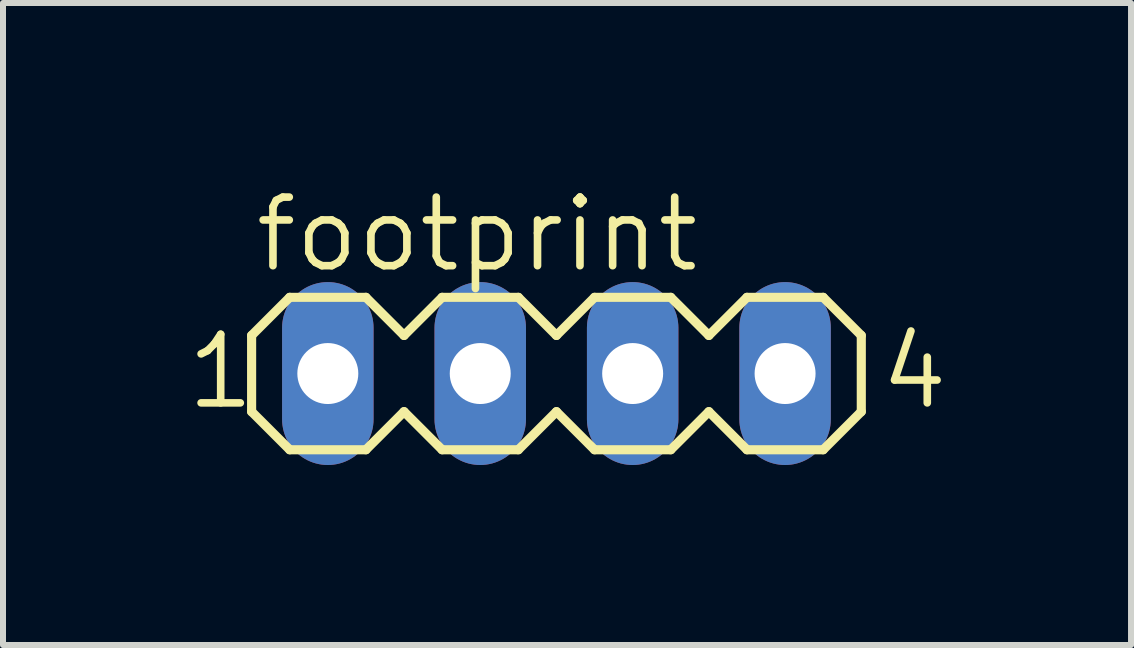
<source format=kicad_pcb>
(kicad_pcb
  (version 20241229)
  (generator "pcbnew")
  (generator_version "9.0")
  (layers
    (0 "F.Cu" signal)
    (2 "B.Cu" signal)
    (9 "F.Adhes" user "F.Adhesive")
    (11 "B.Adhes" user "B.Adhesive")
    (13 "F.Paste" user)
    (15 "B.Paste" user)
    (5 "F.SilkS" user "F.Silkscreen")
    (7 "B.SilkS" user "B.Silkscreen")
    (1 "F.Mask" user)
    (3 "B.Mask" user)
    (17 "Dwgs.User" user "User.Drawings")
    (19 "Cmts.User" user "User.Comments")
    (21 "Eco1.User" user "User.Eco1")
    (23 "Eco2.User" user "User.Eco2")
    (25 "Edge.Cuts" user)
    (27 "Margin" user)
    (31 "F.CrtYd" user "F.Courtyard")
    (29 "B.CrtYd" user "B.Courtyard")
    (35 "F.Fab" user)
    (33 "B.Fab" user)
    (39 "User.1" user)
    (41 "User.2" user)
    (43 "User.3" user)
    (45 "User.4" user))
  (footprint "footprint"
    (layer "F.Cu")
    (at 6.223 3.175)
    (property "Reference" "footprint" (at -5.08 -1.651 0) (layer "F.SilkS") (effects (font (size 1.143 1.143) (thickness 0.127)) (justify left bottom)))
    (fp_line (start -5.08 -0.635) (end -5.08 0.635) (stroke (width 0.152) (type solid)) (layer "F.SilkS"))
    (fp_line (start -5.08 0.635) (end -4.445 1.27) (stroke (width 0.152) (type solid)) (layer "F.SilkS"))
    (fp_line (start -4.445 -1.27) (end -5.08 -0.635) (stroke (width 0.152) (type solid)) (layer "F.SilkS"))
    (fp_line (start -4.445 -1.27) (end -3.175 -1.27) (stroke (width 0.152) (type solid)) (layer "F.SilkS"))
    (fp_line (start -3.175 -1.27) (end -2.54 -0.635) (stroke (width 0.152) (type solid)) (layer "F.SilkS"))
    (fp_line (start -3.175 1.27) (end -4.445 1.27) (stroke (width 0.152) (type solid)) (layer "F.SilkS"))
    (fp_line (start -2.54 -0.635) (end -1.905 -1.27) (stroke (width 0.152) (type solid)) (layer "F.SilkS"))
    (fp_line (start -2.54 0.635) (end -3.175 1.27) (stroke (width 0.152) (type solid)) (layer "F.SilkS"))
    (fp_line (start -1.905 -1.27) (end -0.635 -1.27) (stroke (width 0.152) (type solid)) (layer "F.SilkS"))
    (fp_line (start -1.905 1.27) (end -2.54 0.635) (stroke (width 0.152) (type solid)) (layer "F.SilkS"))
    (fp_line (start -0.635 -1.27) (end 0 -0.635) (stroke (width 0.152) (type solid)) (layer "F.SilkS"))
    (fp_line (start -0.635 1.27) (end -1.905 1.27) (stroke (width 0.152) (type solid)) (layer "F.SilkS"))
    (fp_line (start 0 -0.635) (end 0.635 -1.27) (stroke (width 0.152) (type solid)) (layer "F.SilkS"))
    (fp_line (start 0 0.635) (end -0.635 1.27) (stroke (width 0.152) (type solid)) (layer "F.SilkS"))
    (fp_line (start 0.635 -1.27) (end 1.905 -1.27) (stroke (width 0.152) (type solid)) (layer "F.SilkS"))
    (fp_line (start 0.635 1.27) (end 0 0.635) (stroke (width 0.152) (type solid)) (layer "F.SilkS"))
    (fp_line (start 1.905 -1.27) (end 2.54 -0.635) (stroke (width 0.152) (type solid)) (layer "F.SilkS"))
    (fp_line (start 1.905 1.27) (end 0.635 1.27) (stroke (width 0.152) (type solid)) (layer "F.SilkS"))
    (fp_line (start 2.54 0.635) (end 1.905 1.27) (stroke (width 0.152) (type solid)) (layer "F.SilkS"))
    (fp_line (start 2.54 0.635) (end 3.175 1.27) (stroke (width 0.152) (type solid)) (layer "F.SilkS"))
    (fp_line (start 3.175 -1.27) (end 2.54 -0.635) (stroke (width 0.152) (type solid)) (layer "F.SilkS"))
    (fp_line (start 3.175 -1.27) (end 4.445 -1.27) (stroke (width 0.152) (type solid)) (layer "F.SilkS"))
    (fp_line (start 4.445 -1.27) (end 5.08 -0.635) (stroke (width 0.152) (type solid)) (layer "F.SilkS"))
    (fp_line (start 4.445 1.27) (end 3.175 1.27) (stroke (width 0.152) (type solid)) (layer "F.SilkS"))
    (fp_line (start 5.08 -0.635) (end 5.08 0.635) (stroke (width 0.152) (type solid)) (layer "F.SilkS"))
    (fp_line (start 5.08 0.635) (end 4.445 1.27) (stroke (width 0.152) (type solid)) (layer "F.SilkS"))
    (fp_poly (pts (xy -4.064 0.254) (xy -3.556 0.254) (xy -3.556 -0.254) (xy -4.064 -0.254)) (stroke (width 0.1) (type solid)) (fill no) (layer "F.Fab"))
    (fp_poly (pts (xy -1.524 0.254) (xy -1.016 0.254) (xy -1.016 -0.254) (xy -1.524 -0.254)) (stroke (width 0.1) (type solid)) (fill no) (layer "F.Fab"))
    (fp_poly (pts (xy 1.016 0.254) (xy 1.524 0.254) (xy 1.524 -0.254) (xy 1.016 -0.254)) (stroke (width 0.1) (type solid)) (fill no) (layer "F.Fab"))
    (fp_poly (pts (xy 3.556 0.254) (xy 4.064 0.254) (xy 4.064 -0.254) (xy 3.556 -0.254)) (stroke (width 0.1) (type solid)) (fill no) (layer "F.Fab"))
    (fp_text user "1" (at -6.223 0.635 0) (layer "F.SilkS") (effects (font (size 1.143 1.143) (thickness 0.127)) (justify left bottom)))
    (fp_text user "4" (at 5.334 0.635 0) (layer "F.SilkS") (effects (font (size 1.143 1.143) (thickness 0.127)) (justify left bottom)))
    (pad "1" thru_hole oval (at -3.81 0 90) (size 3.048 1.524) (drill 1.016) (layers "*.Cu" "*.Mask"))
    (pad "2" thru_hole oval (at -1.27 0 90) (size 3.048 1.524) (drill 1.016) (layers "*.Cu" "*.Mask"))
    (pad "3" thru_hole oval (at 1.27 0 90) (size 3.048 1.524) (drill 1.016) (layers "*.Cu" "*.Mask"))
    (pad "4" thru_hole oval (at 3.81 0 90) (size 3.048 1.524) (drill 1.016) (layers "*.Cu" "*.Mask")))
  (gr_rect
    (start -3 -3)
    (end 15.798 7.699)
    (stroke (width 0.1) (type default))
    (fill no)
    (layer "Edge.Cuts")))
</source>
